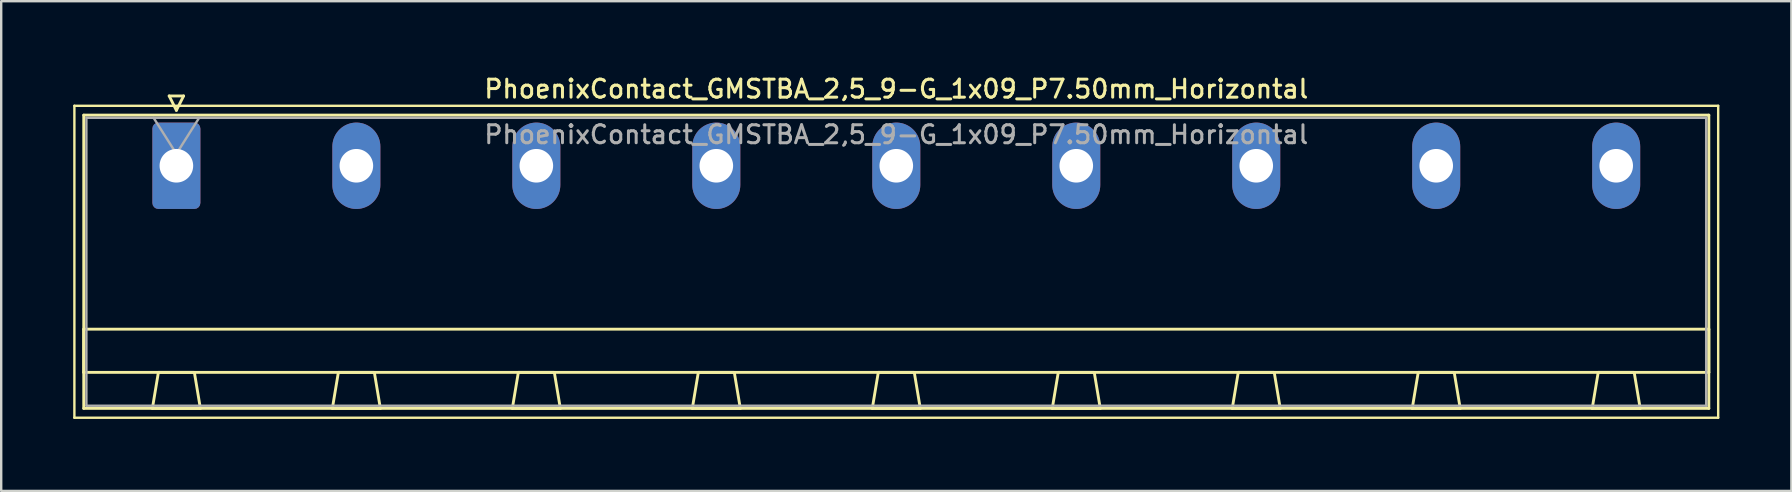
<source format=kicad_pcb>
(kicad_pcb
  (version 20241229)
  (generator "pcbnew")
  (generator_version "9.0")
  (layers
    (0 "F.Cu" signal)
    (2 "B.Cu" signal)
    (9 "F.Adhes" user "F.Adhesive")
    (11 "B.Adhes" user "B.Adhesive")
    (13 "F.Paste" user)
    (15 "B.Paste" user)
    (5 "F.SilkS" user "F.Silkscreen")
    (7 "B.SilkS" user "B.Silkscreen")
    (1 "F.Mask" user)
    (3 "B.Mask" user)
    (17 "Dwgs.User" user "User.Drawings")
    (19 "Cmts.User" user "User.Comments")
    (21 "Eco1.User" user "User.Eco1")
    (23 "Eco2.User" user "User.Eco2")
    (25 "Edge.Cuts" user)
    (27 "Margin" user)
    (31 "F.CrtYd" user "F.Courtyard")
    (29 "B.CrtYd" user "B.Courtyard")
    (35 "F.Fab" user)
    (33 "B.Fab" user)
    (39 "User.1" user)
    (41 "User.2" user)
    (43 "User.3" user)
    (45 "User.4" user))
  (footprint "PhoenixContact_GMSTBA_2,5_9-G_1x09_P7.50mm_Horizontal"
    (layer "F.Cu")
    (at 4.3 3.858)
    (property "Reference" "PhoenixContact_GMSTBA_2,5_9-G_1x09_P7.50mm_Horizontal" (at 30 -3.2 0) (layer "F.SilkS") (effects (font (size 0.75 0.75) (thickness 0.125))))
    (attr through_hole)
    (fp_line (start -4.25 -2.5) (end -4.25 10.5) (stroke (width 0.1) (type solid)) (layer "F.SilkS"))
    (fp_line (start -4.25 10.5) (end 64.25 10.5) (stroke (width 0.1) (type solid)) (layer "F.SilkS"))
    (fp_line (start -3.86 -2.11) (end -3.86 10.11) (stroke (width 0.12) (type solid)) (layer "F.SilkS"))
    (fp_line (start -3.86 6.81) (end 63.86 6.81) (stroke (width 0.12) (type solid)) (layer "F.SilkS"))
    (fp_line (start -3.86 8.61) (end -3.86 6.81) (stroke (width 0.12) (type solid)) (layer "F.SilkS"))
    (fp_line (start -3.86 10.11) (end 63.86 10.11) (stroke (width 0.12) (type solid)) (layer "F.SilkS"))
    (fp_line (start -1 10.11) (end 1 10.11) (stroke (width 0.12) (type solid)) (layer "F.SilkS"))
    (fp_line (start -0.75 8.61) (end -1 10.11) (stroke (width 0.12) (type solid)) (layer "F.SilkS"))
    (fp_line (start -0.3 -2.91) (end 0.3 -2.91) (stroke (width 0.12) (type solid)) (layer "F.SilkS"))
    (fp_line (start 0 -2.31) (end -0.3 -2.91) (stroke (width 0.12) (type solid)) (layer "F.SilkS"))
    (fp_line (start 0.3 -2.91) (end 0 -2.31) (stroke (width 0.12) (type solid)) (layer "F.SilkS"))
    (fp_line (start 0.75 8.61) (end -0.75 8.61) (stroke (width 0.12) (type solid)) (layer "F.SilkS"))
    (fp_line (start 1 10.11) (end 0.75 8.61) (stroke (width 0.12) (type solid)) (layer "F.SilkS"))
    (fp_line (start 6.5 10.11) (end 8.5 10.11) (stroke (width 0.12) (type solid)) (layer "F.SilkS"))
    (fp_line (start 6.75 8.61) (end 6.5 10.11) (stroke (width 0.12) (type solid)) (layer "F.SilkS"))
    (fp_line (start 8.25 8.61) (end 6.75 8.61) (stroke (width 0.12) (type solid)) (layer "F.SilkS"))
    (fp_line (start 8.5 10.11) (end 8.25 8.61) (stroke (width 0.12) (type solid)) (layer "F.SilkS"))
    (fp_line (start 14 10.11) (end 16 10.11) (stroke (width 0.12) (type solid)) (layer "F.SilkS"))
    (fp_line (start 14.25 8.61) (end 14 10.11) (stroke (width 0.12) (type solid)) (layer "F.SilkS"))
    (fp_line (start 15.75 8.61) (end 14.25 8.61) (stroke (width 0.12) (type solid)) (layer "F.SilkS"))
    (fp_line (start 16 10.11) (end 15.75 8.61) (stroke (width 0.12) (type solid)) (layer "F.SilkS"))
    (fp_line (start 21.5 10.11) (end 23.5 10.11) (stroke (width 0.12) (type solid)) (layer "F.SilkS"))
    (fp_line (start 21.75 8.61) (end 21.5 10.11) (stroke (width 0.12) (type solid)) (layer "F.SilkS"))
    (fp_line (start 23.25 8.61) (end 21.75 8.61) (stroke (width 0.12) (type solid)) (layer "F.SilkS"))
    (fp_line (start 23.5 10.11) (end 23.25 8.61) (stroke (width 0.12) (type solid)) (layer "F.SilkS"))
    (fp_line (start 29 10.11) (end 31 10.11) (stroke (width 0.12) (type solid)) (layer "F.SilkS"))
    (fp_line (start 29.25 8.61) (end 29 10.11) (stroke (width 0.12) (type solid)) (layer "F.SilkS"))
    (fp_line (start 30.75 8.61) (end 29.25 8.61) (stroke (width 0.12) (type solid)) (layer "F.SilkS"))
    (fp_line (start 31 10.11) (end 30.75 8.61) (stroke (width 0.12) (type solid)) (layer "F.SilkS"))
    (fp_line (start 36.5 10.11) (end 38.5 10.11) (stroke (width 0.12) (type solid)) (layer "F.SilkS"))
    (fp_line (start 36.75 8.61) (end 36.5 10.11) (stroke (width 0.12) (type solid)) (layer "F.SilkS"))
    (fp_line (start 38.25 8.61) (end 36.75 8.61) (stroke (width 0.12) (type solid)) (layer "F.SilkS"))
    (fp_line (start 38.5 10.11) (end 38.25 8.61) (stroke (width 0.12) (type solid)) (layer "F.SilkS"))
    (fp_line (start 44 10.11) (end 46 10.11) (stroke (width 0.12) (type solid)) (layer "F.SilkS"))
    (fp_line (start 44.25 8.61) (end 44 10.11) (stroke (width 0.12) (type solid)) (layer "F.SilkS"))
    (fp_line (start 45.75 8.61) (end 44.25 8.61) (stroke (width 0.12) (type solid)) (layer "F.SilkS"))
    (fp_line (start 46 10.11) (end 45.75 8.61) (stroke (width 0.12) (type solid)) (layer "F.SilkS"))
    (fp_line (start 51.5 10.11) (end 53.5 10.11) (stroke (width 0.12) (type solid)) (layer "F.SilkS"))
    (fp_line (start 51.75 8.61) (end 51.5 10.11) (stroke (width 0.12) (type solid)) (layer "F.SilkS"))
    (fp_line (start 53.25 8.61) (end 51.75 8.61) (stroke (width 0.12) (type solid)) (layer "F.SilkS"))
    (fp_line (start 53.5 10.11) (end 53.25 8.61) (stroke (width 0.12) (type solid)) (layer "F.SilkS"))
    (fp_line (start 59 10.11) (end 61 10.11) (stroke (width 0.12) (type solid)) (layer "F.SilkS"))
    (fp_line (start 59.25 8.61) (end 59 10.11) (stroke (width 0.12) (type solid)) (layer "F.SilkS"))
    (fp_line (start 60.75 8.61) (end 59.25 8.61) (stroke (width 0.12) (type solid)) (layer "F.SilkS"))
    (fp_line (start 61 10.11) (end 60.75 8.61) (stroke (width 0.12) (type solid)) (layer "F.SilkS"))
    (fp_line (start 63.86 -2.11) (end -3.86 -2.11) (stroke (width 0.12) (type solid)) (layer "F.SilkS"))
    (fp_line (start 63.86 6.81) (end 63.86 8.61) (stroke (width 0.12) (type solid)) (layer "F.SilkS"))
    (fp_line (start 63.86 8.61) (end -3.86 8.61) (stroke (width 0.12) (type solid)) (layer "F.SilkS"))
    (fp_line (start 63.86 10.11) (end 63.86 -2.11) (stroke (width 0.12) (type solid)) (layer "F.SilkS"))
    (fp_line (start 64.25 -2.5) (end -4.25 -2.5) (stroke (width 0.1) (type solid)) (layer "F.SilkS"))
    (fp_line (start 64.25 10.5) (end 64.25 -2.5) (stroke (width 0.1) (type solid)) (layer "F.SilkS"))
    (fp_line (start -3.75 -2) (end -3.75 10) (stroke (width 0.1) (type solid)) (layer "F.Fab"))
    (fp_line (start -3.75 10) (end 63.75 10) (stroke (width 0.1) (type solid)) (layer "F.Fab"))
    (fp_line (start 0 -0.5) (end -0.95 -2) (stroke (width 0.1) (type solid)) (layer "F.Fab"))
    (fp_line (start 0.95 -2) (end 0 -0.5) (stroke (width 0.1) (type solid)) (layer "F.Fab"))
    (fp_line (start 63.75 -2) (end -3.75 -2) (stroke (width 0.1) (type solid)) (layer "F.Fab"))
    (fp_line (start 63.75 10) (end 63.75 -2) (stroke (width 0.1) (type solid)) (layer "F.Fab"))
    (fp_text user "${REFERENCE}" (at 30 -1.3 0) (layer "F.Fab") (effects (font (size 0.75 0.75) (thickness 0.125))))
    (pad "1" thru_hole roundrect (at 0 0) (size 2 3.6) (drill 1.4) (layers "*.Cu" "*.Mask") (roundrect_rratio 0.125))
    (pad "2" thru_hole oval (at 7.5 0) (size 2 3.6) (drill 1.4) (layers "*.Cu" "*.Mask"))
    (pad "3" thru_hole oval (at 15 0) (size 2 3.6) (drill 1.4) (layers "*.Cu" "*.Mask"))
    (pad "4" thru_hole oval (at 22.5 0) (size 2 3.6) (drill 1.4) (layers "*.Cu" "*.Mask"))
    (pad "5" thru_hole oval (at 30 0) (size 2 3.6) (drill 1.4) (layers "*.Cu" "*.Mask"))
    (pad "6" thru_hole oval (at 37.5 0) (size 2 3.6) (drill 1.4) (layers "*.Cu" "*.Mask"))
    (pad "7" thru_hole oval (at 45 0) (size 2 3.6) (drill 1.4) (layers "*.Cu" "*.Mask"))
    (pad "8" thru_hole oval (at 52.5 0) (size 2 3.6) (drill 1.4) (layers "*.Cu" "*.Mask"))
    (pad "9" thru_hole oval (at 60 0) (size 2 3.6) (drill 1.4) (layers "*.Cu" "*.Mask")))
  (gr_rect
    (start -3 -3)
    (end 71.6 17.408)
    (stroke (width 0.1) (type default))
    (fill no)
    (layer "Edge.Cuts")))
</source>
